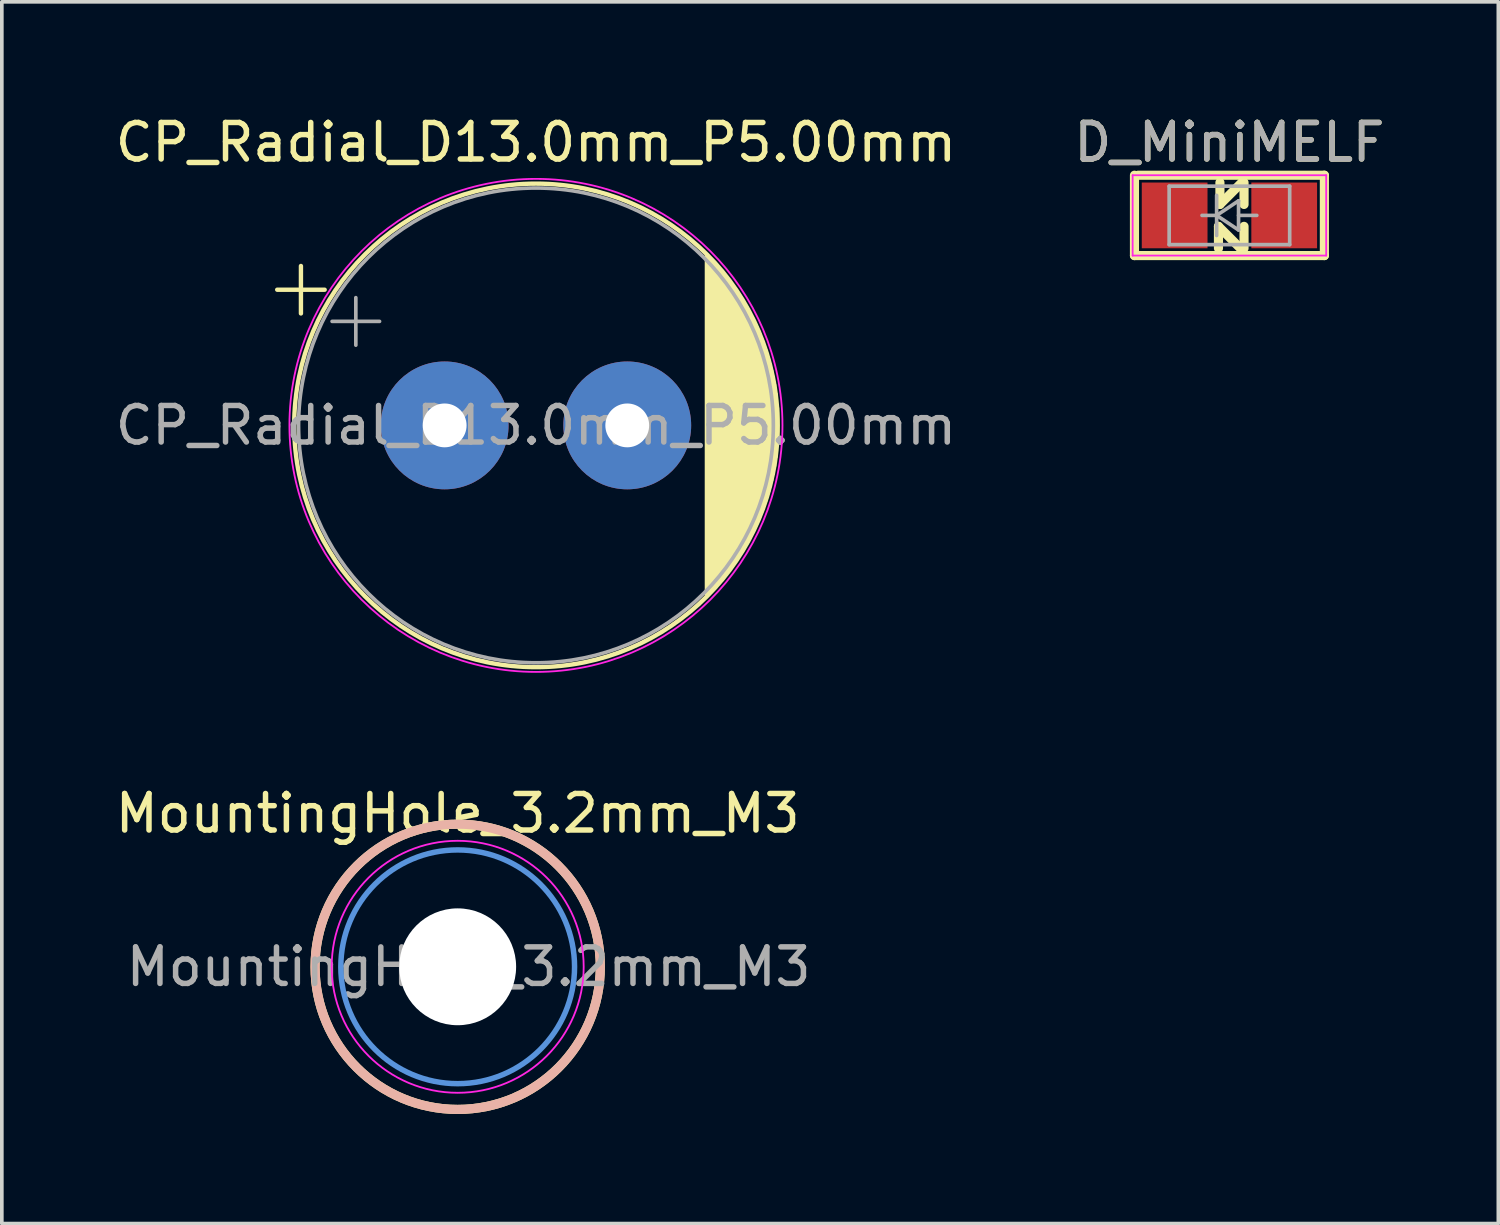
<source format=kicad_pcb>
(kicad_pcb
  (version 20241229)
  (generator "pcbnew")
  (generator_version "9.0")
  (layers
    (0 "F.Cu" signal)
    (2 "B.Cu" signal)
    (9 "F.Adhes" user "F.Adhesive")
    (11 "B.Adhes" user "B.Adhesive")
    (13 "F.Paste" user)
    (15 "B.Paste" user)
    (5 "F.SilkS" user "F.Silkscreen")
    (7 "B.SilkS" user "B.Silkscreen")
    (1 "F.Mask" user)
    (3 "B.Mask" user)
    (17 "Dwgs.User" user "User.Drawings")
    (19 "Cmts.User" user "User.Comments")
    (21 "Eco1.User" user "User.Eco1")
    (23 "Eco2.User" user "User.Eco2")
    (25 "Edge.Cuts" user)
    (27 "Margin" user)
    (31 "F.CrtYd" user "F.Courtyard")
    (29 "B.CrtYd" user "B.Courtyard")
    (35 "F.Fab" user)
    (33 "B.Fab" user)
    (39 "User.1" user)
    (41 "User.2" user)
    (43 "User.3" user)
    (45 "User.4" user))
  (footprint "D_MiniMELF"
    (layer "F.Cu")
    (at 30.613 2.848)
    (property "Reference" "D_MiniMELF" (at 0 -2 0) (layer "F.SilkS") (effects (font (size 1 1) (thickness 0.15))))
    (attr smd)
    (fp_line (start -2.6 -1.1) (end -2.6 1.1) (stroke (width 0.25) (type solid)) (layer "F.SilkS"))
    (fp_line (start -2.6 1.1) (end 2.6 1.1) (stroke (width 0.25) (type solid)) (layer "F.SilkS"))
    (fp_line (start -0.3 0.3) (end -0.3 0.9) (stroke (width 0.25) (type solid)) (layer "F.SilkS"))
    (fp_line (start -0.26 -0.301) (end -0.26 -0.901) (stroke (width 0.25) (type solid)) (layer "F.SilkS"))
    (fp_line (start 0.3 0.9) (end -0.3 0.3) (stroke (width 0.25) (type solid)) (layer "F.SilkS"))
    (fp_line (start 0.34 -0.901) (end -0.26 -0.301) (stroke (width 0.25) (type solid)) (layer "F.SilkS"))
    (fp_line (start 0.4 -0.9) (end 0.4 -0.3) (stroke (width 0.25) (type solid)) (layer "F.SilkS"))
    (fp_line (start 0.4 0.9) (end 0.4 0.3) (stroke (width 0.25) (type solid)) (layer "F.SilkS"))
    (fp_line (start 2.6 -1.1) (end -2.5 -1.1) (stroke (width 0.25) (type solid)) (layer "F.SilkS"))
    (fp_line (start 2.6 1.1) (end 2.6 -1.1) (stroke (width 0.25) (type solid)) (layer "F.SilkS"))
    (fp_line (start -2.65 -1.1) (end 2.65 -1.1) (stroke (width 0.05) (type solid)) (layer "F.CrtYd"))
    (fp_line (start -2.65 1.1) (end -2.65 -1.1) (stroke (width 0.05) (type solid)) (layer "F.CrtYd"))
    (fp_line (start 2.65 -1.1) (end 2.65 1.1) (stroke (width 0.05) (type solid)) (layer "F.CrtYd"))
    (fp_line (start 2.65 1.1) (end -2.65 1.1) (stroke (width 0.05) (type solid)) (layer "F.CrtYd"))
    (fp_line (start -1.65 -0.8) (end 1.65 -0.8) (stroke (width 0.1) (type solid)) (layer "F.Fab"))
    (fp_line (start -1.65 0.8) (end -1.65 -0.8) (stroke (width 0.1) (type solid)) (layer "F.Fab"))
    (fp_line (start -0.75 0) (end -0.35 0) (stroke (width 0.1) (type solid)) (layer "F.Fab"))
    (fp_line (start -0.35 0) (end -0.35 -0.55) (stroke (width 0.1) (type solid)) (layer "F.Fab"))
    (fp_line (start -0.35 0) (end -0.35 0.55) (stroke (width 0.1) (type solid)) (layer "F.Fab"))
    (fp_line (start -0.35 0) (end 0.25 -0.4) (stroke (width 0.1) (type solid)) (layer "F.Fab"))
    (fp_line (start 0.25 -0.4) (end 0.25 0.4) (stroke (width 0.1) (type solid)) (layer "F.Fab"))
    (fp_line (start 0.25 0) (end 0.75 0) (stroke (width 0.1) (type solid)) (layer "F.Fab"))
    (fp_line (start 0.25 0.4) (end -0.35 0) (stroke (width 0.1) (type solid)) (layer "F.Fab"))
    (fp_line (start 1.65 -0.8) (end 1.65 0.8) (stroke (width 0.1) (type solid)) (layer "F.Fab"))
    (fp_line (start 1.65 0.8) (end -1.65 0.8) (stroke (width 0.1) (type solid)) (layer "F.Fab"))
    (fp_text user "${REFERENCE}" (at 0 -2 0) (layer "F.Fab") (effects (font (size 1 1) (thickness 0.15))))
    (pad "1" smd rect (at -1.5 0) (size 1.8 1.8) (layers "F.Cu" "F.Mask" "F.Paste"))
    (pad "2" smd rect (at 1.5 0) (size 1.8 1.8) (layers "F.Cu" "F.Mask" "F.Paste")))
  (footprint "MountingHole_3.2mm_M3"
    (layer "F.Cu")
    (at 9.482 23.422)
    (property "Reference" "MountingHole_3.2mm_M3" (at 0 -4.2 0) (layer "F.SilkS") (effects (font (size 1 1) (thickness 0.15))))
    (attr exclude_from_pos_files exclude_from_bom)
    (fp_circle (center 0 0) (end 3 2.5) (stroke (width 0.25) (type solid)) (fill no) (layer "F.SilkS"))
    (fp_circle (center 0 0) (end 3 2.5) (stroke (width 0.25) (type solid)) (fill no) (layer "B.SilkS"))
    (fp_circle (center 0 0) (end 3.2 0) (stroke (width 0.15) (type solid)) (fill no) (layer "Cmts.User"))
    (fp_circle (center 0 0) (end 3.45 0) (stroke (width 0.05) (type solid)) (fill no) (layer "F.CrtYd"))
    (fp_text user "${REFERENCE}" (at 0.3 0 0) (layer "F.Fab") (effects (font (size 1 1) (thickness 0.15))))
    (pad "" np_thru_hole circle (at 0 0) (size 3.2 3.2) (drill 3.2) (layers "*.Cu" "*.Mask")))
  (footprint "CP_Radial_D13.0mm_P5.00mm"
    (layer "F.Cu")
    (at 9.125 8.598)
    (property "Reference" "CP_Radial_D13.0mm_P5.00mm" (at 2.5 -7.75 0) (layer "F.SilkS") (effects (font (size 1 1) (thickness 0.15))))
    (attr through_hole)
    (fp_line (start -4.585 -3.715) (end -3.285 -3.715) (stroke (width 0.12) (type solid)) (layer "F.SilkS"))
    (fp_line (start -3.935 -4.365) (end -3.935 -3.065) (stroke (width 0.12) (type solid)) (layer "F.SilkS"))
    (fp_line (start 7.181 -4.643) (end 7.181 4.643) (stroke (width 0.12) (type solid)) (layer "F.SilkS"))
    (fp_line (start 7.221 -4.602) (end 7.221 4.602) (stroke (width 0.12) (type solid)) (layer "F.SilkS"))
    (fp_line (start 7.261 -4.561) (end 7.261 4.561) (stroke (width 0.12) (type solid)) (layer "F.SilkS"))
    (fp_line (start 7.301 -4.519) (end 7.301 4.519) (stroke (width 0.12) (type solid)) (layer "F.SilkS"))
    (fp_line (start 7.341 -4.477) (end 7.341 4.477) (stroke (width 0.12) (type solid)) (layer "F.SilkS"))
    (fp_line (start 7.381 -4.434) (end 7.381 4.434) (stroke (width 0.12) (type solid)) (layer "F.SilkS"))
    (fp_line (start 7.421 -4.39) (end 7.421 4.39) (stroke (width 0.12) (type solid)) (layer "F.SilkS"))
    (fp_line (start 7.461 -4.345) (end 7.461 4.345) (stroke (width 0.12) (type solid)) (layer "F.SilkS"))
    (fp_line (start 7.501 -4.299) (end 7.501 4.299) (stroke (width 0.12) (type solid)) (layer "F.SilkS"))
    (fp_line (start 7.541 -4.253) (end 7.541 4.253) (stroke (width 0.12) (type solid)) (layer "F.SilkS"))
    (fp_line (start 7.581 -4.205) (end 7.581 4.205) (stroke (width 0.12) (type solid)) (layer "F.SilkS"))
    (fp_line (start 7.621 -4.157) (end 7.621 4.157) (stroke (width 0.12) (type solid)) (layer "F.SilkS"))
    (fp_line (start 7.661 -4.108) (end 7.661 4.108) (stroke (width 0.12) (type solid)) (layer "F.SilkS"))
    (fp_line (start 7.701 -4.057) (end 7.701 4.057) (stroke (width 0.12) (type solid)) (layer "F.SilkS"))
    (fp_line (start 7.741 -4.006) (end 7.741 4.006) (stroke (width 0.12) (type solid)) (layer "F.SilkS"))
    (fp_line (start 7.781 -3.954) (end 7.781 3.954) (stroke (width 0.12) (type solid)) (layer "F.SilkS"))
    (fp_line (start 7.821 -3.9) (end 7.821 3.9) (stroke (width 0.12) (type solid)) (layer "F.SilkS"))
    (fp_line (start 7.861 -3.846) (end 7.861 3.846) (stroke (width 0.12) (type solid)) (layer "F.SilkS"))
    (fp_line (start 7.901 -3.79) (end 7.901 3.79) (stroke (width 0.12) (type solid)) (layer "F.SilkS"))
    (fp_line (start 7.941 -3.733) (end 7.941 3.733) (stroke (width 0.12) (type solid)) (layer "F.SilkS"))
    (fp_line (start 7.981 -3.675) (end 7.981 3.675) (stroke (width 0.12) (type solid)) (layer "F.SilkS"))
    (fp_line (start 8.021 -3.615) (end 8.021 3.615) (stroke (width 0.12) (type solid)) (layer "F.SilkS"))
    (fp_line (start 8.061 -3.554) (end 8.061 3.554) (stroke (width 0.12) (type solid)) (layer "F.SilkS"))
    (fp_line (start 8.101 -3.491) (end 8.101 3.491) (stroke (width 0.12) (type solid)) (layer "F.SilkS"))
    (fp_line (start 8.141 -3.427) (end 8.141 3.427) (stroke (width 0.12) (type solid)) (layer "F.SilkS"))
    (fp_line (start 8.181 -3.361) (end 8.181 3.361) (stroke (width 0.12) (type solid)) (layer "F.SilkS"))
    (fp_line (start 8.221 -3.293) (end 8.221 3.293) (stroke (width 0.12) (type solid)) (layer "F.SilkS"))
    (fp_line (start 8.261 -3.223) (end 8.261 3.223) (stroke (width 0.12) (type solid)) (layer "F.SilkS"))
    (fp_line (start 8.301 -3.152) (end 8.301 3.152) (stroke (width 0.12) (type solid)) (layer "F.SilkS"))
    (fp_line (start 8.341 -3.078) (end 8.341 3.078) (stroke (width 0.12) (type solid)) (layer "F.SilkS"))
    (fp_line (start 8.381 -3.002) (end 8.381 3.002) (stroke (width 0.12) (type solid)) (layer "F.SilkS"))
    (fp_line (start 8.421 -2.923) (end 8.421 2.923) (stroke (width 0.12) (type solid)) (layer "F.SilkS"))
    (fp_line (start 8.461 -2.842) (end 8.461 2.842) (stroke (width 0.12) (type solid)) (layer "F.SilkS"))
    (fp_line (start 8.501 -2.758) (end 8.501 2.758) (stroke (width 0.12) (type solid)) (layer "F.SilkS"))
    (fp_line (start 8.541 -2.67) (end 8.541 2.67) (stroke (width 0.12) (type solid)) (layer "F.SilkS"))
    (fp_line (start 8.581 -2.579) (end 8.581 2.579) (stroke (width 0.12) (type solid)) (layer "F.SilkS"))
    (fp_line (start 8.621 -2.484) (end 8.621 2.484) (stroke (width 0.12) (type solid)) (layer "F.SilkS"))
    (fp_line (start 8.661 -2.385) (end 8.661 2.385) (stroke (width 0.12) (type solid)) (layer "F.SilkS"))
    (fp_line (start 8.701 -2.281) (end 8.701 2.281) (stroke (width 0.12) (type solid)) (layer "F.SilkS"))
    (fp_line (start 8.741 -2.171) (end 8.741 2.171) (stroke (width 0.12) (type solid)) (layer "F.SilkS"))
    (fp_line (start 8.781 -2.055) (end 8.781 2.055) (stroke (width 0.12) (type solid)) (layer "F.SilkS"))
    (fp_line (start 8.821 -1.931) (end 8.821 1.931) (stroke (width 0.12) (type solid)) (layer "F.SilkS"))
    (fp_line (start 8.861 -1.798) (end 8.861 1.798) (stroke (width 0.12) (type solid)) (layer "F.SilkS"))
    (fp_line (start 8.901 -1.653) (end 8.901 1.653) (stroke (width 0.12) (type solid)) (layer "F.SilkS"))
    (fp_line (start 8.941 -1.494) (end 8.941 1.494) (stroke (width 0.12) (type solid)) (layer "F.SilkS"))
    (fp_line (start 8.981 -1.315) (end 8.981 1.315) (stroke (width 0.12) (type solid)) (layer "F.SilkS"))
    (fp_line (start 9.021 -1.107) (end 9.021 1.107) (stroke (width 0.12) (type solid)) (layer "F.SilkS"))
    (fp_line (start 9.061 -0.85) (end 9.061 0.85) (stroke (width 0.12) (type solid)) (layer "F.SilkS"))
    (fp_line (start 9.101 -0.475) (end 9.101 0.475) (stroke (width 0.12) (type solid)) (layer "F.SilkS"))
    (fp_circle (center 2.5 0) (end 9.12 0) (stroke (width 0.12) (type solid)) (fill no) (layer "F.SilkS"))
    (fp_circle (center 2.5 0) (end 9.25 0) (stroke (width 0.05) (type solid)) (fill no) (layer "F.CrtYd"))
    (fp_line (start -3.082 -2.848) (end -1.782 -2.848) (stroke (width 0.1) (type solid)) (layer "F.Fab"))
    (fp_line (start -2.432 -3.498) (end -2.432 -2.197) (stroke (width 0.1) (type solid)) (layer "F.Fab"))
    (fp_circle (center 2.5 0) (end 9 0) (stroke (width 0.1) (type solid)) (fill no) (layer "F.Fab"))
    (fp_text user "${REFERENCE}" (at 2.5 0 0) (layer "F.Fab") (effects (font (size 1 1) (thickness 0.15))))
    (pad "1" thru_hole circle (at 0 0) (size 3.5 3.5) (drill 1.2) (layers "*.Cu" "*.Mask"))
    (pad "2" thru_hole circle (at 5 0) (size 3.5 3.5) (drill 1.2) (layers "*.Cu" "*.Mask")))
  (gr_rect
    (start -3 -3)
    (end 37.976 30.452)
    (stroke (width 0.1) (type default))
    (fill no)
    (layer "Edge.Cuts")))
</source>
